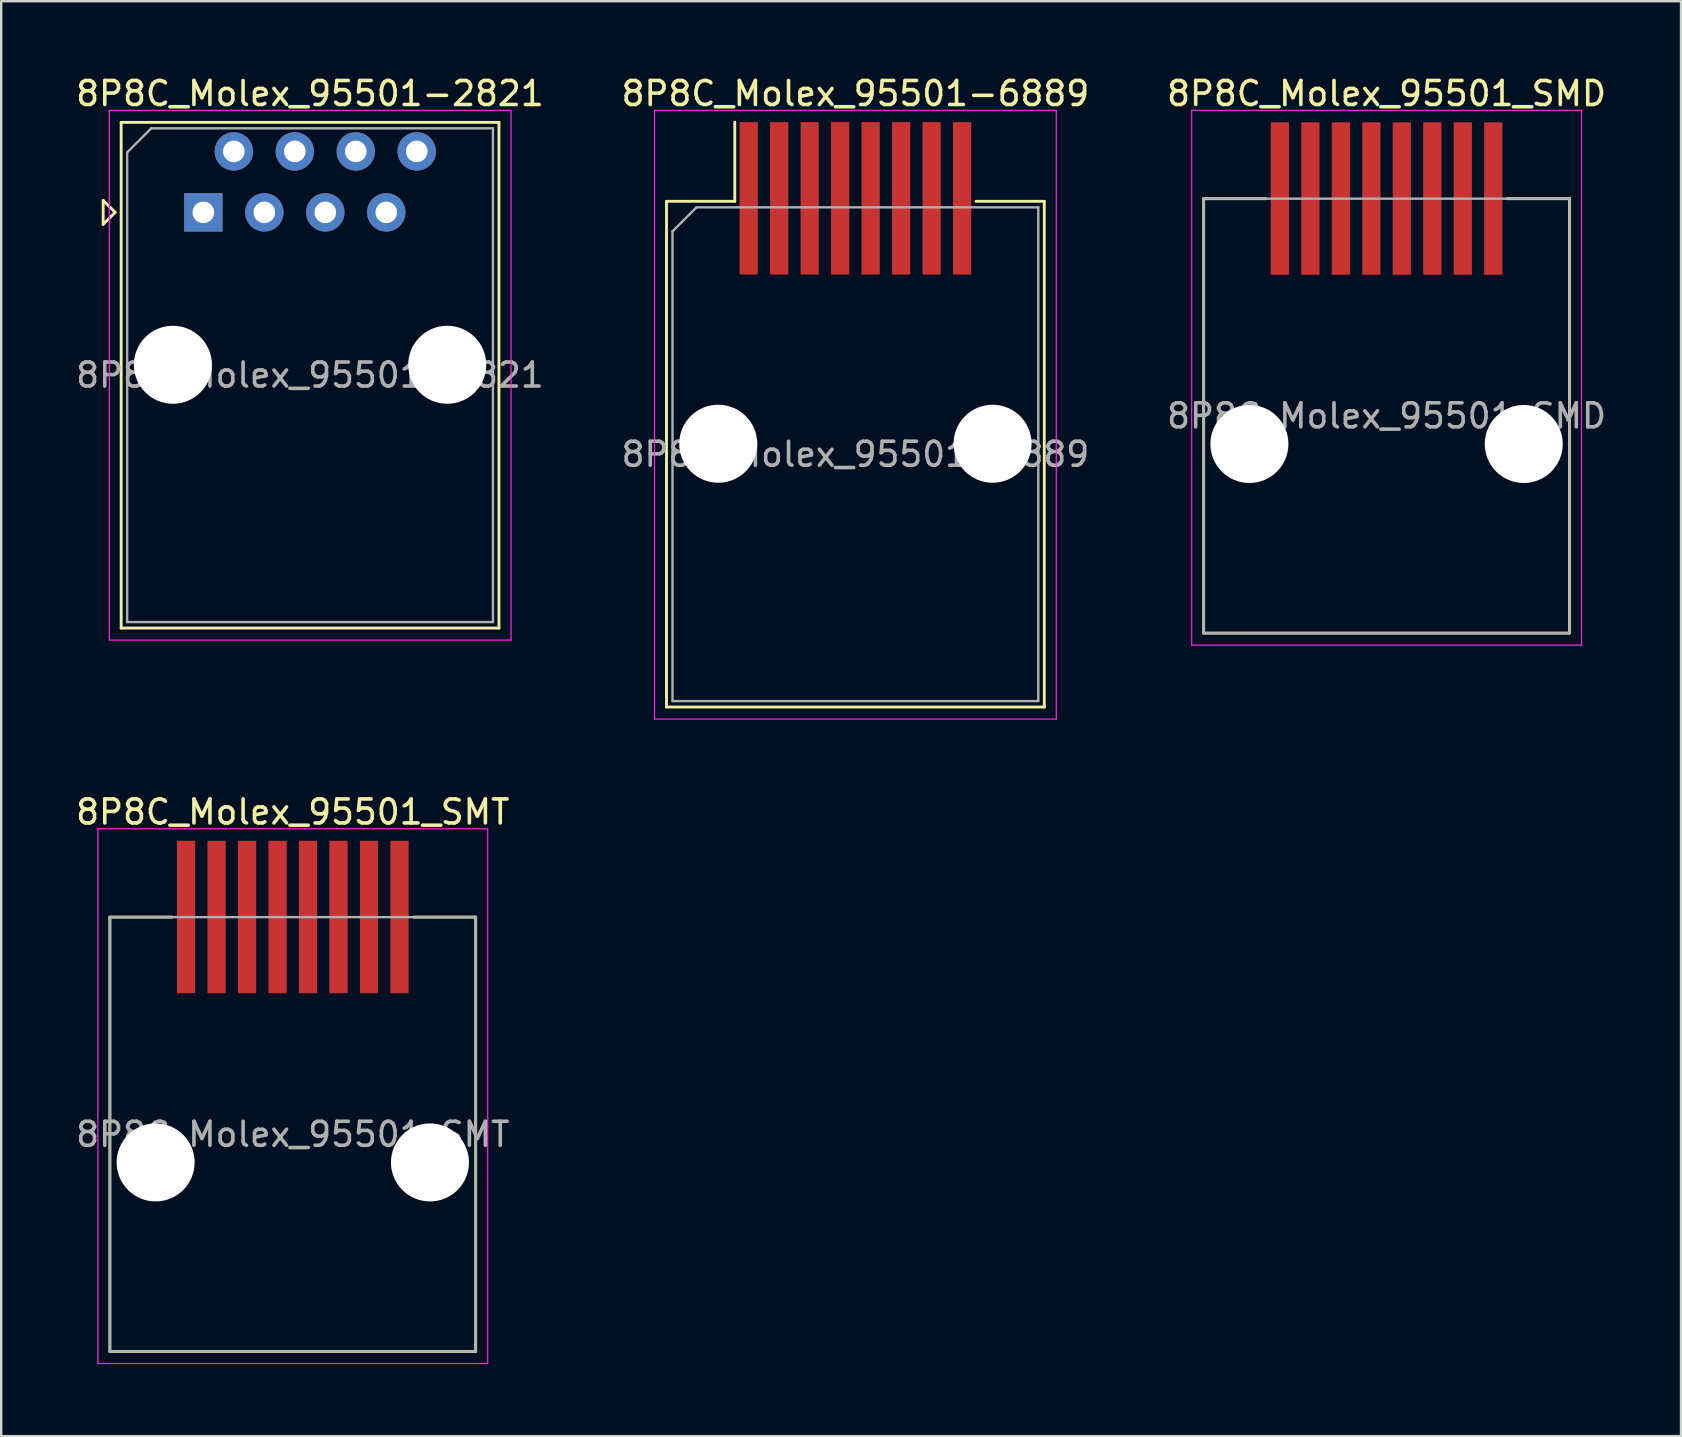
<source format=kicad_pcb>
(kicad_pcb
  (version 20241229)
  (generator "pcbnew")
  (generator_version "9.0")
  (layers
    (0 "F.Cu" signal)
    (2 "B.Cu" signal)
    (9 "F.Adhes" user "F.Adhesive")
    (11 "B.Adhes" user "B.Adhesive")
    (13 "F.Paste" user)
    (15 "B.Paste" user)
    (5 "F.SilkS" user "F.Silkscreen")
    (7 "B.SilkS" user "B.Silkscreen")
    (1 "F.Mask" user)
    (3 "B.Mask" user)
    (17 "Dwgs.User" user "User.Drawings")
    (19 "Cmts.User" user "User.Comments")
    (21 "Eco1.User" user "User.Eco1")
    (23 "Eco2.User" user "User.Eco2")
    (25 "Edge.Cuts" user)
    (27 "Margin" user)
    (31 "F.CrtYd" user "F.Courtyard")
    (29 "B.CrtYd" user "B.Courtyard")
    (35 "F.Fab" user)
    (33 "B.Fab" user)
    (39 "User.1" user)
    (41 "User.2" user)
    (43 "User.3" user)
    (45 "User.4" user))
  (footprint "8P8C_Molex_95501-2821"
    (layer "F.Cu")
    (at 5.423 5.798)
    (property "Reference" "8P8C_Molex_95501-2821" (at 4.44 -4.95 0) (layer "F.SilkS") (effects (font (size 1 1) (thickness 0.15))))
    (attr through_hole)
    (fp_line (start -4.175 -0.5) (end -4.175 0.5) (stroke (width 0.12) (type solid)) (layer "F.SilkS"))
    (fp_line (start -4.175 0.5) (end -3.675 0) (stroke (width 0.12) (type solid)) (layer "F.SilkS"))
    (fp_line (start -3.675 0) (end -4.175 -0.5) (stroke (width 0.12) (type solid)) (layer "F.SilkS"))
    (fp_line (start -3.425 -3.75) (end -3.425 17.32) (stroke (width 0.12) (type solid)) (layer "F.SilkS"))
    (fp_line (start -3.425 17.32) (end 12.315 17.32) (stroke (width 0.12) (type solid)) (layer "F.SilkS"))
    (fp_line (start 12.315 -3.75) (end -3.425 -3.75) (stroke (width 0.12) (type solid)) (layer "F.SilkS"))
    (fp_line (start 12.315 17.32) (end 12.315 -3.75) (stroke (width 0.12) (type solid)) (layer "F.SilkS"))
    (fp_line (start -3.92 -4.25) (end -3.92 17.82) (stroke (width 0.05) (type solid)) (layer "F.CrtYd"))
    (fp_line (start -3.92 17.82) (end 12.82 17.82) (stroke (width 0.05) (type solid)) (layer "F.CrtYd"))
    (fp_line (start 12.82 -4.25) (end -3.92 -4.25) (stroke (width 0.05) (type solid)) (layer "F.CrtYd"))
    (fp_line (start 12.82 17.82) (end 12.82 -4.25) (stroke (width 0.05) (type solid)) (layer "F.CrtYd"))
    (fp_line (start -3.175 -2.5) (end -3.175 17.07) (stroke (width 0.1) (type solid)) (layer "F.Fab"))
    (fp_line (start -3.175 17.07) (end 12.065 17.07) (stroke (width 0.1) (type solid)) (layer "F.Fab"))
    (fp_line (start -2.175 -3.5) (end -3.175 -2.5) (stroke (width 0.1) (type solid)) (layer "F.Fab"))
    (fp_line (start 12.065 -3.5) (end -2.175 -3.5) (stroke (width 0.1) (type solid)) (layer "F.Fab"))
    (fp_line (start 12.065 17.07) (end 12.065 -3.5) (stroke (width 0.1) (type solid)) (layer "F.Fab"))
    (fp_text user "${REFERENCE}" (at 4.44 6.78 0) (layer "F.Fab") (effects (font (size 1 1) (thickness 0.15))))
    (pad "" np_thru_hole circle (at -1.27 6.35) (size 3.25 3.25) (drill 3.25) (layers "*.Cu" "*.Mask"))
    (pad "" np_thru_hole circle (at 10.16 6.35) (size 3.25 3.25) (drill 3.25) (layers "*.Cu" "*.Mask"))
    (pad "1" thru_hole rect (at 0 0) (size 1.6 1.6) (drill 0.9) (layers "*.Cu" "*.Mask"))
    (pad "2" thru_hole circle (at 1.27 -2.54) (size 1.6 1.6) (drill 0.9) (layers "*.Cu" "*.Mask"))
    (pad "3" thru_hole circle (at 2.54 0) (size 1.6 1.6) (drill 0.9) (layers "*.Cu" "*.Mask"))
    (pad "4" thru_hole circle (at 3.81 -2.54) (size 1.6 1.6) (drill 0.9) (layers "*.Cu" "*.Mask"))
    (pad "5" thru_hole circle (at 5.08 0) (size 1.6 1.6) (drill 0.9) (layers "*.Cu" "*.Mask"))
    (pad "6" thru_hole circle (at 6.35 -2.54) (size 1.6 1.6) (drill 0.9) (layers "*.Cu" "*.Mask"))
    (pad "7" thru_hole circle (at 7.62 0) (size 1.6 1.6) (drill 0.9) (layers "*.Cu" "*.Mask"))
    (pad "8" thru_hole circle (at 8.89 -2.54) (size 1.6 1.6) (drill 0.9) (layers "*.Cu" "*.Mask")))
  (footprint "8P8C_Molex_95501-6889"
    (layer "F.Cu")
    (at 32.589 15.438)
    (property "Reference" "8P8C_Molex_95501-6889" (at 0 -14.59 0) (layer "F.SilkS") (effects (font (size 1 1) (thickness 0.15))))
    (attr smd)
    (fp_line (start -7.87 -10.1) (end -7.87 10.97) (stroke (width 0.12) (type solid)) (layer "F.SilkS"))
    (fp_line (start -7.87 10.97) (end 7.87 10.97) (stroke (width 0.12) (type solid)) (layer "F.SilkS"))
    (fp_line (start -5.025 -13.4) (end -5.025 -10.1) (stroke (width 0.12) (type solid)) (layer "F.SilkS"))
    (fp_line (start -5.025 -10.1) (end -7.87 -10.1) (stroke (width 0.12) (type solid)) (layer "F.SilkS"))
    (fp_line (start 7.87 -10.1) (end 5.025 -10.1) (stroke (width 0.12) (type solid)) (layer "F.SilkS"))
    (fp_line (start 7.87 10.97) (end 7.87 -10.1) (stroke (width 0.12) (type solid)) (layer "F.SilkS"))
    (fp_line (start -8.37 -13.89) (end -8.37 11.47) (stroke (width 0.05) (type solid)) (layer "F.CrtYd"))
    (fp_line (start -8.37 11.47) (end 8.37 11.47) (stroke (width 0.05) (type solid)) (layer "F.CrtYd"))
    (fp_line (start 8.37 -13.89) (end -8.37 -13.89) (stroke (width 0.05) (type solid)) (layer "F.CrtYd"))
    (fp_line (start 8.37 11.47) (end 8.37 -13.89) (stroke (width 0.05) (type solid)) (layer "F.CrtYd"))
    (fp_line (start -7.62 -8.85) (end -7.62 10.72) (stroke (width 0.1) (type solid)) (layer "F.Fab"))
    (fp_line (start -7.62 10.72) (end 7.62 10.72) (stroke (width 0.1) (type solid)) (layer "F.Fab"))
    (fp_line (start -6.62 -9.85) (end -7.62 -8.85) (stroke (width 0.1) (type solid)) (layer "F.Fab"))
    (fp_line (start 7.62 -9.85) (end -6.62 -9.85) (stroke (width 0.1) (type solid)) (layer "F.Fab"))
    (fp_line (start 7.62 10.72) (end 7.62 -9.85) (stroke (width 0.1) (type solid)) (layer "F.Fab"))
    (fp_text user "${REFERENCE}" (at 0 0.44 0) (layer "F.Fab") (effects (font (size 1 1) (thickness 0.15))))
    (pad "" np_thru_hole circle (at -5.715 0) (size 3.25 3.25) (drill 3.25) (layers "*.Cu" "*.Mask"))
    (pad "" np_thru_hole circle (at 5.715 0) (size 3.25 3.25) (drill 3.25) (layers "*.Cu" "*.Mask"))
    (pad "1" smd rect (at -4.445 -10.225) (size 0.76 6.35) (layers "F.Cu" "F.Mask" "F.Paste"))
    (pad "2" smd rect (at -3.175 -10.225) (size 0.76 6.35) (layers "F.Cu" "F.Mask" "F.Paste"))
    (pad "3" smd rect (at -1.905 -10.225) (size 0.76 6.35) (layers "F.Cu" "F.Mask" "F.Paste"))
    (pad "4" smd rect (at -0.635 -10.225) (size 0.76 6.35) (layers "F.Cu" "F.Mask" "F.Paste"))
    (pad "5" smd rect (at 0.635 -10.225) (size 0.76 6.35) (layers "F.Cu" "F.Mask" "F.Paste"))
    (pad "6" smd rect (at 1.905 -10.225) (size 0.76 6.35) (layers "F.Cu" "F.Mask" "F.Paste"))
    (pad "7" smd rect (at 3.175 -10.225) (size 0.76 6.35) (layers "F.Cu" "F.Mask" "F.Paste"))
    (pad "8" smd rect (at 4.445 -10.225) (size 0.76 6.35) (layers "F.Cu" "F.Mask" "F.Paste")))
  (footprint "8P8C_Molex_95501_SMT"
    (layer "F.Cu")
    (at 9.149 42.621)
    (property "Reference" "8P8C_Molex_95501_SMT" (at 0 -11.84 0) (layer "F.SilkS") (effects (font (size 1 1) (thickness 0.15))))
    (attr smd)
    (fp_line (start -7.62 -7.46) (end -7.62 10.64) (stroke (width 0.12) (type solid)) (layer "F.SilkS"))
    (fp_line (start -7.62 10.64) (end 7.62 10.64) (stroke (width 0.12) (type solid)) (layer "F.SilkS"))
    (fp_line (start -5.025 -7.46) (end -7.62 -7.46) (stroke (width 0.12) (type solid)) (layer "F.SilkS"))
    (fp_line (start 7.62 -7.46) (end 5.025 -7.46) (stroke (width 0.12) (type solid)) (layer "F.SilkS"))
    (fp_line (start 7.62 10.64) (end 7.62 -7.46) (stroke (width 0.12) (type solid)) (layer "F.SilkS"))
    (fp_line (start -8.12 -11.14) (end -8.12 11.14) (stroke (width 0.05) (type solid)) (layer "F.CrtYd"))
    (fp_line (start -8.12 11.14) (end 8.12 11.14) (stroke (width 0.05) (type solid)) (layer "F.CrtYd"))
    (fp_line (start 8.12 -11.14) (end -8.12 -11.14) (stroke (width 0.05) (type solid)) (layer "F.CrtYd"))
    (fp_line (start 8.12 11.14) (end 8.12 -11.14) (stroke (width 0.05) (type solid)) (layer "F.CrtYd"))
    (fp_line (start -7.62 -7.46) (end -7.62 10.64) (stroke (width 0.1) (type solid)) (layer "F.Fab"))
    (fp_line (start -7.62 10.64) (end 7.62 10.64) (stroke (width 0.1) (type solid)) (layer "F.Fab"))
    (fp_line (start 7.62 -7.46) (end -7.62 -7.46) (stroke (width 0.1) (type solid)) (layer "F.Fab"))
    (fp_line (start 7.62 10.64) (end 7.62 -7.46) (stroke (width 0.1) (type solid)) (layer "F.Fab"))
    (fp_text user "${REFERENCE}" (at 0 1.59 0) (layer "F.Fab") (effects (font (size 1 1) (thickness 0.15))))
    (pad "" np_thru_hole circle (at -5.715 2.76) (size 3.25 3.25) (drill 3.25) (layers "*.Cu" "*.Mask"))
    (pad "" np_thru_hole circle (at 5.715 2.76) (size 3.25 3.25) (drill 3.25) (layers "*.Cu" "*.Mask"))
    (pad "1" smd rect (at -4.445 -7.465) (size 0.76 6.35) (layers "F.Cu" "F.Mask" "F.Paste"))
    (pad "2" smd rect (at -3.175 -7.465) (size 0.76 6.35) (layers "F.Cu" "F.Mask" "F.Paste"))
    (pad "3" smd rect (at -1.905 -7.465) (size 0.76 6.35) (layers "F.Cu" "F.Mask" "F.Paste"))
    (pad "4" smd rect (at -0.635 -7.465) (size 0.76 6.35) (layers "F.Cu" "F.Mask" "F.Paste"))
    (pad "5" smd rect (at 0.635 -7.465) (size 0.76 6.35) (layers "F.Cu" "F.Mask" "F.Paste"))
    (pad "6" smd rect (at 1.905 -7.465) (size 0.76 6.35) (layers "F.Cu" "F.Mask" "F.Paste"))
    (pad "7" smd rect (at 3.175 -7.465) (size 0.76 6.35) (layers "F.Cu" "F.Mask" "F.Paste"))
    (pad "8" smd rect (at 4.445 -7.465) (size 0.76 6.35) (layers "F.Cu" "F.Mask" "F.Paste")))
  (footprint "8P8C_Molex_95501_SMD"
    (layer "F.Cu")
    (at 54.72 12.688)
    (property "Reference" "8P8C_Molex_95501_SMD" (at 0 -11.84 0) (layer "F.SilkS") (effects (font (size 1 1) (thickness 0.15))))
    (attr smd)
    (fp_line (start -7.62 -7.46) (end -7.62 10.64) (stroke (width 0.12) (type solid)) (layer "F.SilkS"))
    (fp_line (start -7.62 10.64) (end 7.62 10.64) (stroke (width 0.12) (type solid)) (layer "F.SilkS"))
    (fp_line (start -5.025 -7.46) (end -7.62 -7.46) (stroke (width 0.12) (type solid)) (layer "F.SilkS"))
    (fp_line (start 7.62 -7.46) (end 5.025 -7.46) (stroke (width 0.12) (type solid)) (layer "F.SilkS"))
    (fp_line (start 7.62 10.64) (end 7.62 -7.46) (stroke (width 0.12) (type solid)) (layer "F.SilkS"))
    (fp_line (start -8.12 -11.14) (end -8.12 11.14) (stroke (width 0.05) (type solid)) (layer "F.CrtYd"))
    (fp_line (start -8.12 11.14) (end 8.12 11.14) (stroke (width 0.05) (type solid)) (layer "F.CrtYd"))
    (fp_line (start 8.12 -11.14) (end -8.12 -11.14) (stroke (width 0.05) (type solid)) (layer "F.CrtYd"))
    (fp_line (start 8.12 11.14) (end 8.12 -11.14) (stroke (width 0.05) (type solid)) (layer "F.CrtYd"))
    (fp_line (start -7.62 -7.46) (end -7.62 10.64) (stroke (width 0.1) (type solid)) (layer "F.Fab"))
    (fp_line (start -7.62 10.64) (end 7.62 10.64) (stroke (width 0.1) (type solid)) (layer "F.Fab"))
    (fp_line (start 7.62 -7.46) (end -7.62 -7.46) (stroke (width 0.1) (type solid)) (layer "F.Fab"))
    (fp_line (start 7.62 10.64) (end 7.62 -7.46) (stroke (width 0.1) (type solid)) (layer "F.Fab"))
    (fp_text user "${REFERENCE}" (at 0 1.59 0) (layer "F.Fab") (effects (font (size 1 1) (thickness 0.15))))
    (pad "" np_thru_hole circle (at -5.715 2.76) (size 3.25 3.25) (drill 3.25) (layers "*.Cu" "*.Mask"))
    (pad "" np_thru_hole circle (at 5.715 2.76) (size 3.25 3.25) (drill 3.25) (layers "*.Cu" "*.Mask"))
    (pad "1" smd rect (at -4.445 -7.465) (size 0.76 6.35) (layers "F.Cu" "F.Mask" "F.Paste"))
    (pad "2" smd rect (at -3.175 -7.465) (size 0.76 6.35) (layers "F.Cu" "F.Mask" "F.Paste"))
    (pad "3" smd rect (at -1.905 -7.465) (size 0.76 6.35) (layers "F.Cu" "F.Mask" "F.Paste"))
    (pad "4" smd rect (at -0.635 -7.465) (size 0.76 6.35) (layers "F.Cu" "F.Mask" "F.Paste"))
    (pad "5" smd rect (at 0.635 -7.465) (size 0.76 6.35) (layers "F.Cu" "F.Mask" "F.Paste"))
    (pad "6" smd rect (at 1.905 -7.465) (size 0.76 6.35) (layers "F.Cu" "F.Mask" "F.Paste"))
    (pad "7" smd rect (at 3.175 -7.465) (size 0.76 6.35) (layers "F.Cu" "F.Mask" "F.Paste"))
    (pad "8" smd rect (at 4.445 -7.465) (size 0.76 6.35) (layers "F.Cu" "F.Mask" "F.Paste")))
  (gr_rect
    (start -3 -3)
    (end 66.988 56.786)
    (stroke (width 0.1) (type default))
    (fill no)
    (layer "Edge.Cuts")))
</source>
